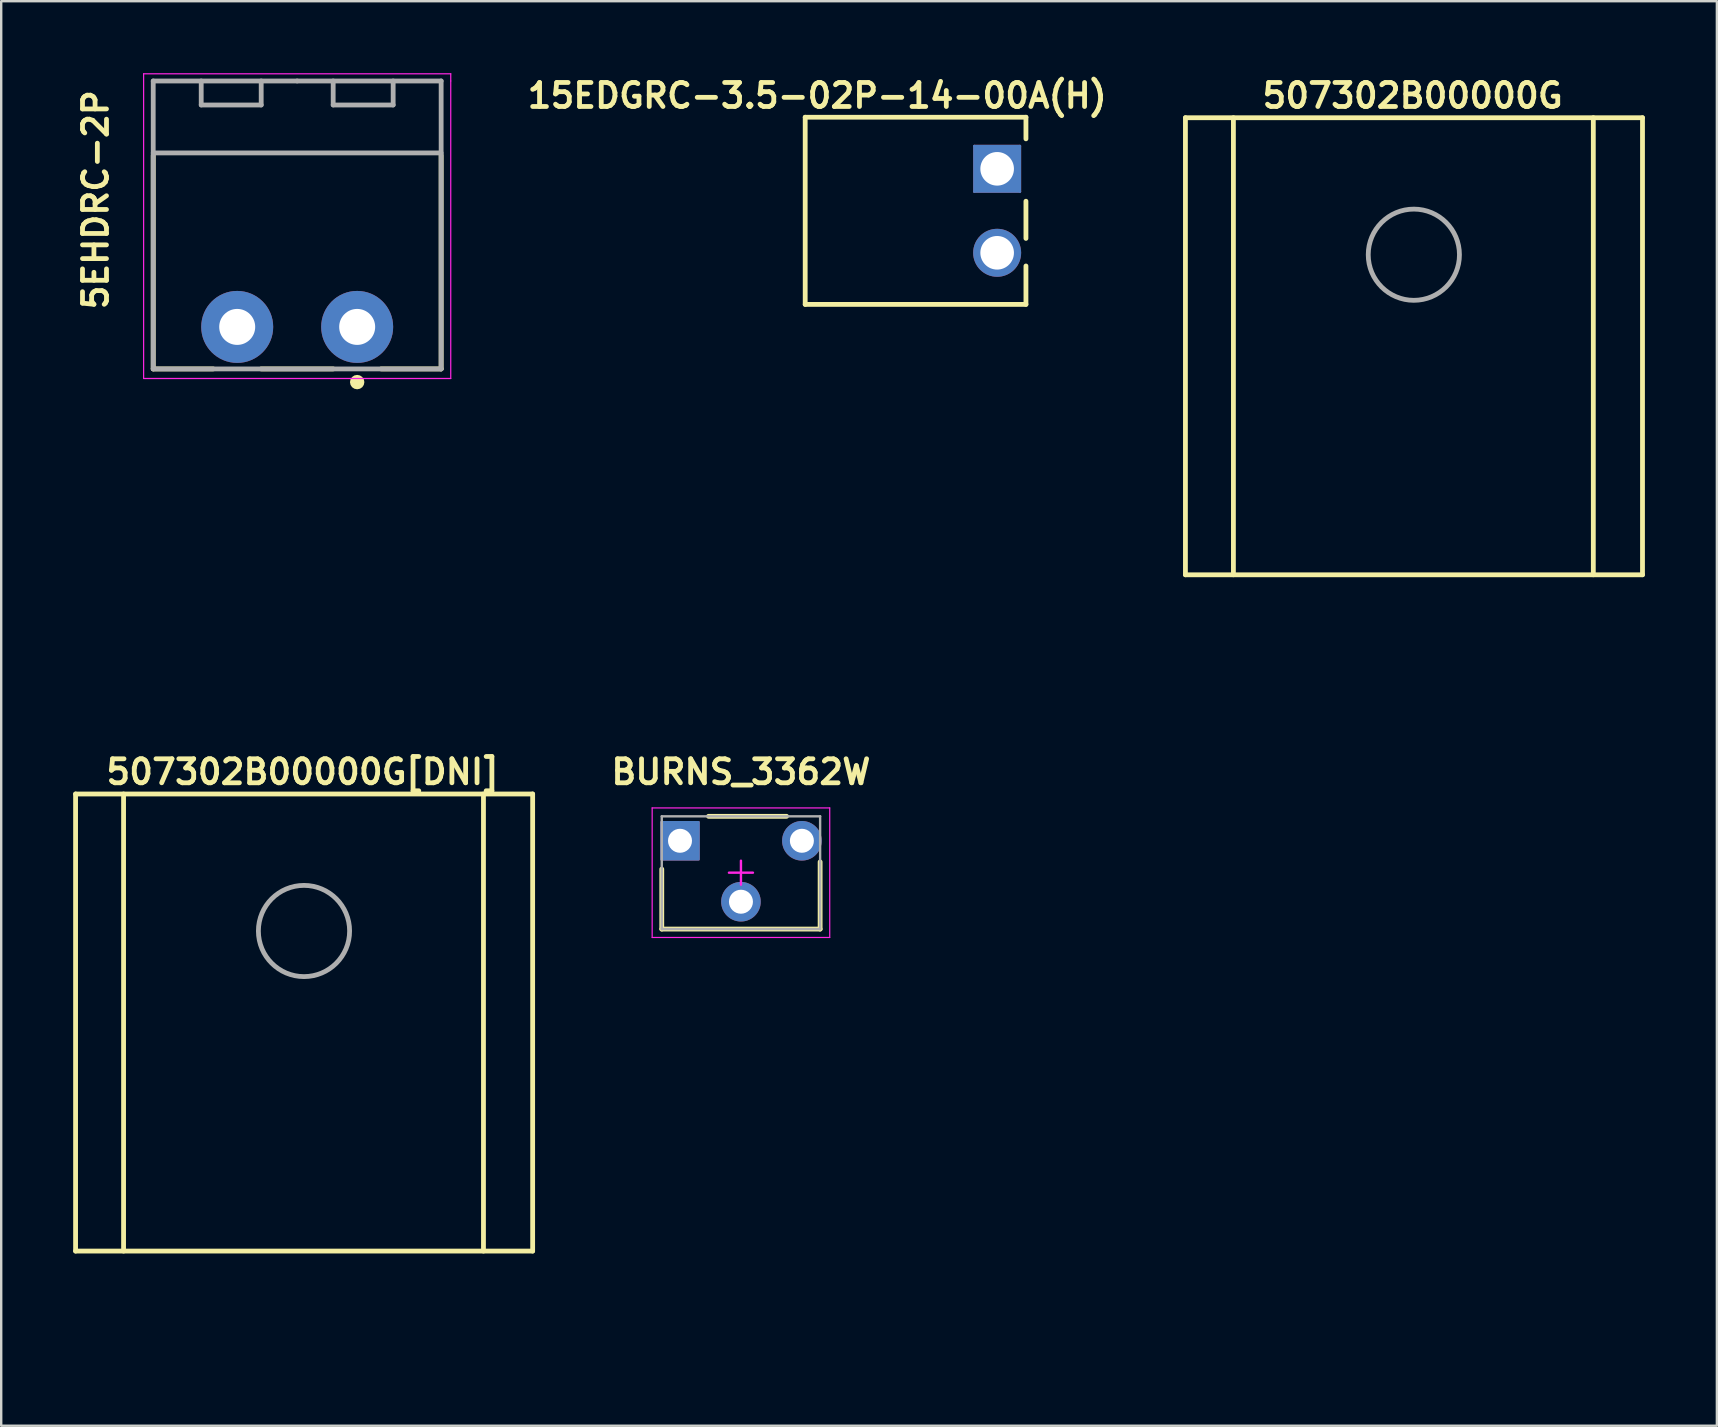
<source format=kicad_pcb>
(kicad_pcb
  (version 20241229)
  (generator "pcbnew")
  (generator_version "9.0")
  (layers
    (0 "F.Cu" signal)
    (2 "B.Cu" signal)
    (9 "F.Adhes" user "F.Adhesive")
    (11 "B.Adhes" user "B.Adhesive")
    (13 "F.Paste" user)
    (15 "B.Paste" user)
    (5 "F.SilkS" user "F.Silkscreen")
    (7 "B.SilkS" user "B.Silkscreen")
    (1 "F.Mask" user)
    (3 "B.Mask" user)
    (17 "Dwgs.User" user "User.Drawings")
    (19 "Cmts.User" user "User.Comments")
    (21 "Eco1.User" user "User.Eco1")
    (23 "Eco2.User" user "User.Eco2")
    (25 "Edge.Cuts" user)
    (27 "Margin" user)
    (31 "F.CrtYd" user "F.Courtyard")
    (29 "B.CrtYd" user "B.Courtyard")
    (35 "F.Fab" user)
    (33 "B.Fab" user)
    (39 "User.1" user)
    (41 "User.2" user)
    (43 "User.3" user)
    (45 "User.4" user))
  (footprint "5EHDRC-2P"
    (layer "F.Cu")
    (at 9.336 0.325)
    (property "Reference" "5EHDRC-2P" (at -8.4 4.95 90) (layer "F.SilkS") (effects (font (size 1 1) (thickness 0.2))))
    (attr through_hole)
    (fp_line (start -6 3.1) (end -6 12) (stroke (width 0.2) (type solid)) (layer "F.SilkS"))
    (fp_line (start -3.5 12) (end -6 12) (stroke (width 0.2) (type solid)) (layer "F.SilkS"))
    (fp_line (start 1.5 12) (end -1.5 12) (stroke (width 0.2) (type solid)) (layer "F.SilkS"))
    (fp_line (start 3.5 12) (end 6 12) (stroke (width 0.2) (type solid)) (layer "F.SilkS"))
    (fp_line (start 6 12) (end 6 3.1) (stroke (width 0.2) (type solid)) (layer "F.SilkS"))
    (fp_circle (center 2.5 12.55) (end 2.65 12.55) (stroke (width 0.3) (type solid)) (fill no) (layer "F.SilkS"))
    (fp_line (start -6.4 -0.3) (end -6.4 12.4) (stroke (width 0.05) (type solid)) (layer "F.CrtYd"))
    (fp_line (start -6.4 12.4) (end 6.4 12.4) (stroke (width 0.05) (type solid)) (layer "F.CrtYd"))
    (fp_line (start 6.4 -0.3) (end -6.4 -0.3) (stroke (width 0.05) (type solid)) (layer "F.CrtYd"))
    (fp_line (start 6.4 0) (end 6.4 -0.3) (stroke (width 0.05) (type solid)) (layer "F.CrtYd"))
    (fp_line (start 6.4 12.4) (end 6.4 0) (stroke (width 0.05) (type solid)) (layer "F.CrtYd"))
    (fp_line (start -6 0) (end 0 0) (stroke (width 0.2) (type solid)) (layer "F.Fab"))
    (fp_line (start -6 3) (end 6 3) (stroke (width 0.2) (type solid)) (layer "F.Fab"))
    (fp_line (start -6 12) (end -6 0) (stroke (width 0.2) (type solid)) (layer "F.Fab"))
    (fp_line (start -6 12) (end 6 12) (stroke (width 0.2) (type solid)) (layer "F.Fab"))
    (fp_line (start -4 0) (end -4 1) (stroke (width 0.2) (type solid)) (layer "F.Fab"))
    (fp_line (start -4 1) (end -1.5 1) (stroke (width 0.2) (type solid)) (layer "F.Fab"))
    (fp_line (start -1.5 1) (end -1.5 0) (stroke (width 0.2) (type solid)) (layer "F.Fab"))
    (fp_line (start 0 0) (end 6 0) (stroke (width 0.2) (type solid)) (layer "F.Fab"))
    (fp_line (start 1.5 0) (end 1.5 1) (stroke (width 0.2) (type solid)) (layer "F.Fab"))
    (fp_line (start 1.5 1) (end 4 1) (stroke (width 0.2) (type solid)) (layer "F.Fab"))
    (fp_line (start 4 1) (end 4 0) (stroke (width 0.2) (type solid)) (layer "F.Fab"))
    (fp_line (start 6 0) (end 6 12) (stroke (width 0.2) (type solid)) (layer "F.Fab"))
    (pad "1" thru_hole circle (at 2.5 10.25) (size 3 3) (drill 1.5) (layers "*.Cu" "*.Mask"))
    (pad "2" thru_hole oval (at -2.5 10.25) (size 3 3) (drill 1.5) (layers "*.Cu" "*.Mask")))
  (footprint "15EDGRC-3.5-02P-14-00A(H)"
    (layer "F.Cu")
    (at 30.509 5.736)
    (property "Reference" "15EDGRC-3.5-02P-14-00A(H)" (at 0.5 -4.8 0) (layer "F.SilkS") (effects (font (size 1 1) (thickness 0.2))))
    (attr through_hole)
    (fp_line (start 7.05 -0.8) (end 7.05 -2.7) (stroke (width 0.1) (type solid)) (layer "F.Cu"))
    (fp_line (start 8.95 -2.7) (end 7.05 -2.7) (stroke (width 0.1) (type solid)) (layer "F.Cu"))
    (fp_line (start 8.95 -0.8) (end 7.05 -0.8) (stroke (width 0.1) (type solid)) (layer "F.Cu"))
    (fp_line (start 8.95 -0.8) (end 8.95 -2.7) (stroke (width 0.1) (type solid)) (layer "F.Cu"))
    (fp_line (start 7 -2.75) (end 9 -2.75) (stroke (width 0.2) (type solid)) (layer "F.Mask"))
    (fp_line (start 7 -0.75) (end 7 -2.75) (stroke (width 0.2) (type solid)) (layer "F.Mask"))
    (fp_line (start 9 -2.75) (end 9 -0.75) (stroke (width 0.2) (type solid)) (layer "F.Mask"))
    (fp_line (start 9 -0.75) (end 7 -0.75) (stroke (width 0.2) (type solid)) (layer "F.Mask"))
    (fp_line (start 7.05 -0.8) (end 7.05 -2.7) (stroke (width 0.1) (type solid)) (layer "B.Cu"))
    (fp_line (start 8.95 -2.7) (end 7.05 -2.7) (stroke (width 0.1) (type solid)) (layer "B.Cu"))
    (fp_line (start 8.95 -0.8) (end 7.05 -0.8) (stroke (width 0.1) (type solid)) (layer "B.Cu"))
    (fp_line (start 8.95 -0.8) (end 8.95 -2.7) (stroke (width 0.1) (type solid)) (layer "B.Cu"))
    (fp_line (start 7 -2.75) (end 7 -0.75) (stroke (width 0.2) (type solid)) (layer "B.Mask"))
    (fp_line (start 7 -0.75) (end 9 -0.75) (stroke (width 0.2) (type solid)) (layer "B.Mask"))
    (fp_line (start 9 -2.75) (end 7 -2.75) (stroke (width 0.2) (type solid)) (layer "B.Mask"))
    (fp_line (start 9 -0.75) (end 9 -2.75) (stroke (width 0.2) (type solid)) (layer "B.Mask"))
    (fp_line (start 0 -3.9) (end 9.2 -3.9) (stroke (width 0.2) (type solid)) (layer "F.SilkS"))
    (fp_line (start 0 3.9) (end 0 -3.9) (stroke (width 0.2) (type solid)) (layer "F.SilkS"))
    (fp_line (start 0 3.9) (end 9.2 3.9) (stroke (width 0.2) (type solid)) (layer "F.SilkS"))
    (fp_line (start 9.2 -3.9) (end 9.2 -3) (stroke (width 0.2) (type solid)) (layer "F.SilkS"))
    (fp_line (start 9.2 -0.4) (end 9.2 1.15) (stroke (width 0.2) (type solid)) (layer "F.SilkS"))
    (fp_line (start 9.2 3.9) (end 9.2 2.3) (stroke (width 0.2) (type solid)) (layer "F.SilkS"))
    (pad "1" thru_hole rect (at 8 -1.75) (size 1.9 1.9) (drill 1.4) (layers "*.Cu" "*.Mask"))
    (pad "2" thru_hole circle (at 8 1.75) (size 2 2) (drill 1.4) (layers "*.Cu" "*.Mask")))
  (footprint "507302B00000G"
    (layer "F.Cu")
    (at 55.876 24.936)
    (property "Reference" "507302B00000G" (at -0.05 -24 0) (layer "F.SilkS") (effects (font (size 1 1) (thickness 0.2))))
    (attr through_hole)
    (fp_line (start -9.52 -23.08) (end 9.53 -23.08) (stroke (width 0.2) (type solid)) (layer "F.SilkS"))
    (fp_line (start -9.52 -4.03) (end -9.52 -23.08) (stroke (width 0.2) (type solid)) (layer "F.SilkS"))
    (fp_line (start -9.52 -4.03) (end 9.53 -4.03) (stroke (width 0.2) (type solid)) (layer "F.SilkS"))
    (fp_line (start -7.52 -4.03) (end -7.52 -23.08) (stroke (width 0.2) (type solid)) (layer "F.SilkS"))
    (fp_line (start 7.48 -4.03) (end 7.48 -23.08) (stroke (width 0.2) (type solid)) (layer "F.SilkS"))
    (fp_line (start 9.53 -4.03) (end 9.53 -23.08) (stroke (width 0.2) (type solid)) (layer "F.SilkS"))
    (fp_circle (center 0 -17.37) (end 1.9 -17.42) (stroke (width 0.2) (type solid)) (fill no) (layer "F.Fab")))
  (footprint "507302B00000G[DNI]"
    (layer "F.Cu")
    (at 9.62 53.122)
    (property "Reference" "507302B00000G[DNI]" (at -0.05 -24 0) (layer "F.SilkS") (effects (font (size 1 1) (thickness 0.2))))
    (attr through_hole)
    (fp_line (start -9.52 -23.08) (end 9.53 -23.08) (stroke (width 0.2) (type solid)) (layer "F.SilkS"))
    (fp_line (start -9.52 -4.03) (end -9.52 -23.08) (stroke (width 0.2) (type solid)) (layer "F.SilkS"))
    (fp_line (start -9.52 -4.03) (end 9.53 -4.03) (stroke (width 0.2) (type solid)) (layer "F.SilkS"))
    (fp_line (start -7.52 -4.03) (end -7.52 -23.08) (stroke (width 0.2) (type solid)) (layer "F.SilkS"))
    (fp_line (start 7.48 -4.03) (end 7.48 -23.08) (stroke (width 0.2) (type solid)) (layer "F.SilkS"))
    (fp_line (start 9.53 -4.03) (end 9.53 -23.08) (stroke (width 0.2) (type solid)) (layer "F.SilkS"))
    (fp_circle (center 0 -17.37) (end 1.9 -17.42) (stroke (width 0.2) (type solid)) (fill no) (layer "F.Fab")))
  (footprint "BURNS_3362W"
    (layer "F.Cu")
    (at 27.831 33.322)
    (property "Reference" "BURNS_3362W" (at 0 -4.2 180) (layer "F.SilkS") (effects (font (size 1 1) (thickness 0.2))))
    (attr through_hole)
    (fp_line (start -3.3 -0.15) (end -3.3 2.35) (stroke (width 0.2) (type solid)) (layer "F.SilkS"))
    (fp_line (start -3.3 2.35) (end 3.3 2.35) (stroke (width 0.2) (type solid)) (layer "F.SilkS"))
    (fp_line (start -1.35 -2.35) (end 1.9 -2.35) (stroke (width 0.2) (type solid)) (layer "F.SilkS"))
    (fp_line (start 3.3 2.35) (end 3.3 -0.45) (stroke (width 0.2) (type solid)) (layer "F.SilkS"))
    (fp_line (start -3.7 -2.7) (end 3.7 -2.7) (stroke (width 0.05) (type solid)) (layer "F.CrtYd"))
    (fp_line (start -3.7 2.7) (end -3.7 -2.7) (stroke (width 0.05) (type solid)) (layer "F.CrtYd"))
    (fp_line (start 0 -0.5) (end 0 0.5) (stroke (width 0.1) (type solid)) (layer "F.CrtYd"))
    (fp_line (start 0.5 0) (end -0.5 0) (stroke (width 0.1) (type solid)) (layer "F.CrtYd"))
    (fp_line (start 3.7 -2.7) (end 3.7 2.7) (stroke (width 0.05) (type solid)) (layer "F.CrtYd"))
    (fp_line (start 3.7 2.7) (end -3.7 2.7) (stroke (width 0.05) (type solid)) (layer "F.CrtYd"))
    (fp_line (start -3.3 -2.35) (end 3.3 -2.35) (stroke (width 0.1) (type solid)) (layer "F.Fab"))
    (fp_line (start -3.3 2.35) (end -3.3 -2.35) (stroke (width 0.1) (type solid)) (layer "F.Fab"))
    (fp_line (start 3.3 -2.35) (end 3.3 2.35) (stroke (width 0.1) (type solid)) (layer "F.Fab"))
    (fp_line (start 3.3 2.35) (end -3.3 2.35) (stroke (width 0.1) (type solid)) (layer "F.Fab"))
    (pad "1" thru_hole roundrect (at -2.54 -1.33) (size 1.65 1.65) (drill 1) (layers "*.Cu" "*.Mask") (roundrect_rratio 0.03))
    (pad "2" thru_hole circle (at 0 1.21) (size 1.65 1.65) (drill 1) (layers "*.Cu" "*.Mask"))
    (pad "3" thru_hole circle (at 2.54 -1.33) (size 1.65 1.65) (drill 1) (layers "*.Cu" "*.Mask")))
  (gr_rect
    (start -3 -3)
    (end 68.506 56.372)
    (stroke (width 0.1) (type default))
    (fill no)
    (layer "Edge.Cuts")))
</source>
